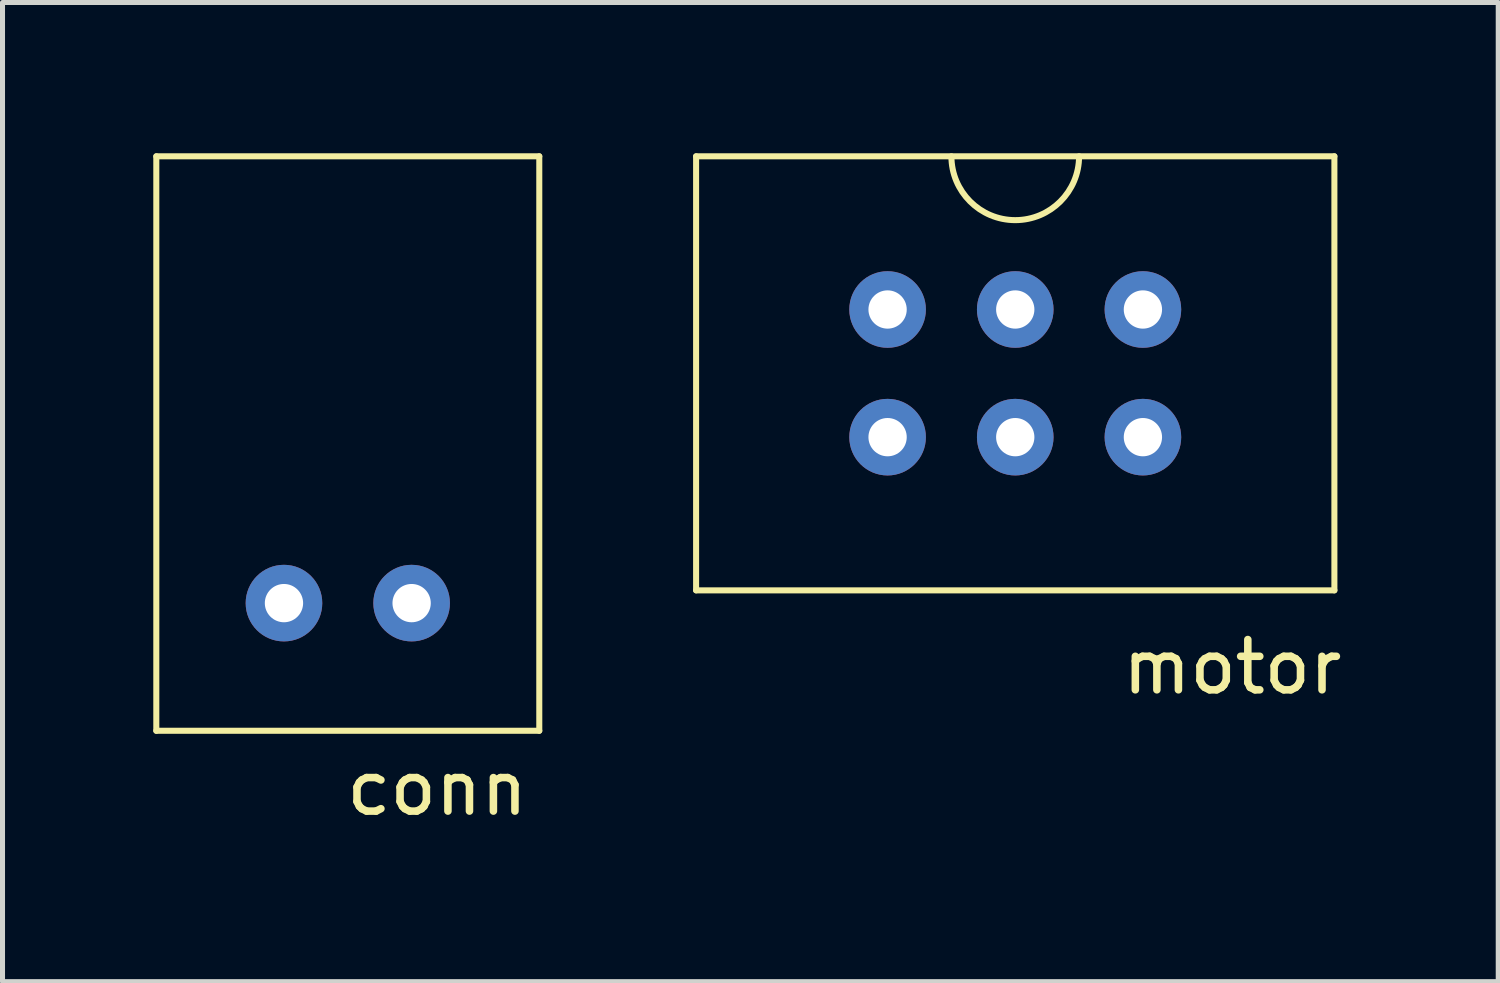
<source format=kicad_pcb>
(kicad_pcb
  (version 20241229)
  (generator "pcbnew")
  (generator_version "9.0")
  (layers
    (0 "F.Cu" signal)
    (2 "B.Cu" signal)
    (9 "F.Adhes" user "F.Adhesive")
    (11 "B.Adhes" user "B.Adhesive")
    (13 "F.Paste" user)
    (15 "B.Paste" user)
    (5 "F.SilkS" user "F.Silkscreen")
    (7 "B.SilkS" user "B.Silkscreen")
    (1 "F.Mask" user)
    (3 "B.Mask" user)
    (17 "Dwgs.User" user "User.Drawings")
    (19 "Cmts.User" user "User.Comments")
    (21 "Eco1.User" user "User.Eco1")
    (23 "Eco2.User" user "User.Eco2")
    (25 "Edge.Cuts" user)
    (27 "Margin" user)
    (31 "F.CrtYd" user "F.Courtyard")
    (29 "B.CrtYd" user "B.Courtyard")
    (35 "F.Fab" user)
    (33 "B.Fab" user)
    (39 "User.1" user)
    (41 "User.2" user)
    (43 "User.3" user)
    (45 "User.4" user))
  (footprint "conn"
    (layer "F.Cu")
    (at 3.87 5.775)
    (property "Reference" "conn" (at 1.778 6.858 0) (layer "F.SilkS") (effects (font (size 1 1) (thickness 0.15))))
    (attr through_hole)
    (fp_line (start -3.81 -5.715) (end -3.81 5.715) (stroke (width 0.12) (type solid)) (layer "F.SilkS"))
    (fp_line (start -3.81 5.715) (end 3.81 5.715) (stroke (width 0.12) (type solid)) (layer "F.SilkS"))
    (fp_line (start 3.81 -5.715) (end -3.81 -5.715) (stroke (width 0.12) (type solid)) (layer "F.SilkS"))
    (fp_line (start 3.81 5.715) (end 3.81 -5.715) (stroke (width 0.12) (type solid)) (layer "F.SilkS"))
    (pad "1" thru_hole circle (at -1.27 3.175) (size 1.524 1.524) (drill 0.762) (layers "*.Cu" "*.Mask"))
    (pad "2" thru_hole circle (at 1.27 3.175) (size 1.524 1.524) (drill 0.762) (layers "*.Cu" "*.Mask")))
  (footprint "motor"
    (layer "F.Cu")
    (at 17.15 4.378)
    (property "Reference" "motor" (at 4.318 5.842 0) (layer "F.SilkS") (effects (font (size 1 1) (thickness 0.15))))
    (attr through_hole)
    (fp_line (start -6.35 -4.318) (end -6.35 4.318) (stroke (width 0.12) (type solid)) (layer "F.SilkS"))
    (fp_line (start -6.35 4.318) (end 6.35 4.318) (stroke (width 0.12) (type solid)) (layer "F.SilkS"))
    (fp_line (start 6.35 -4.318) (end -6.35 -4.318) (stroke (width 0.12) (type solid)) (layer "F.SilkS"))
    (fp_line (start 6.35 4.318) (end 6.35 -4.318) (stroke (width 0.12) (type solid)) (layer "F.SilkS"))
    (fp_arc (start 1.27 -4.318) (mid 0 -3.048) (end -1.27 -4.318) (stroke (width 0.12) (type solid)) (layer "F.SilkS"))
    (pad "1" thru_hole circle (at -2.54 -1.27) (size 1.524 1.524) (drill 0.762) (layers "*.Cu" "*.Mask"))
    (pad "2" thru_hole circle (at -2.54 1.27) (size 1.524 1.524) (drill 0.762) (layers "*.Cu" "*.Mask"))
    (pad "3" thru_hole circle (at 0 -1.27) (size 1.524 1.524) (drill 0.762) (layers "*.Cu" "*.Mask"))
    (pad "4" thru_hole circle (at 0 1.27) (size 1.524 1.524) (drill 0.762) (layers "*.Cu" "*.Mask"))
    (pad "5" thru_hole circle (at 2.54 -1.27) (size 1.524 1.524) (drill 0.762) (layers "*.Cu" "*.Mask"))
    (pad "6" thru_hole circle (at 2.54 1.27) (size 1.524 1.524) (drill 0.762) (layers "*.Cu" "*.Mask")))
  (gr_rect
    (start -3 -3)
    (end 26.76 16.481)
    (stroke (width 0.1) (type default))
    (fill no)
    (layer "Edge.Cuts")))
</source>
